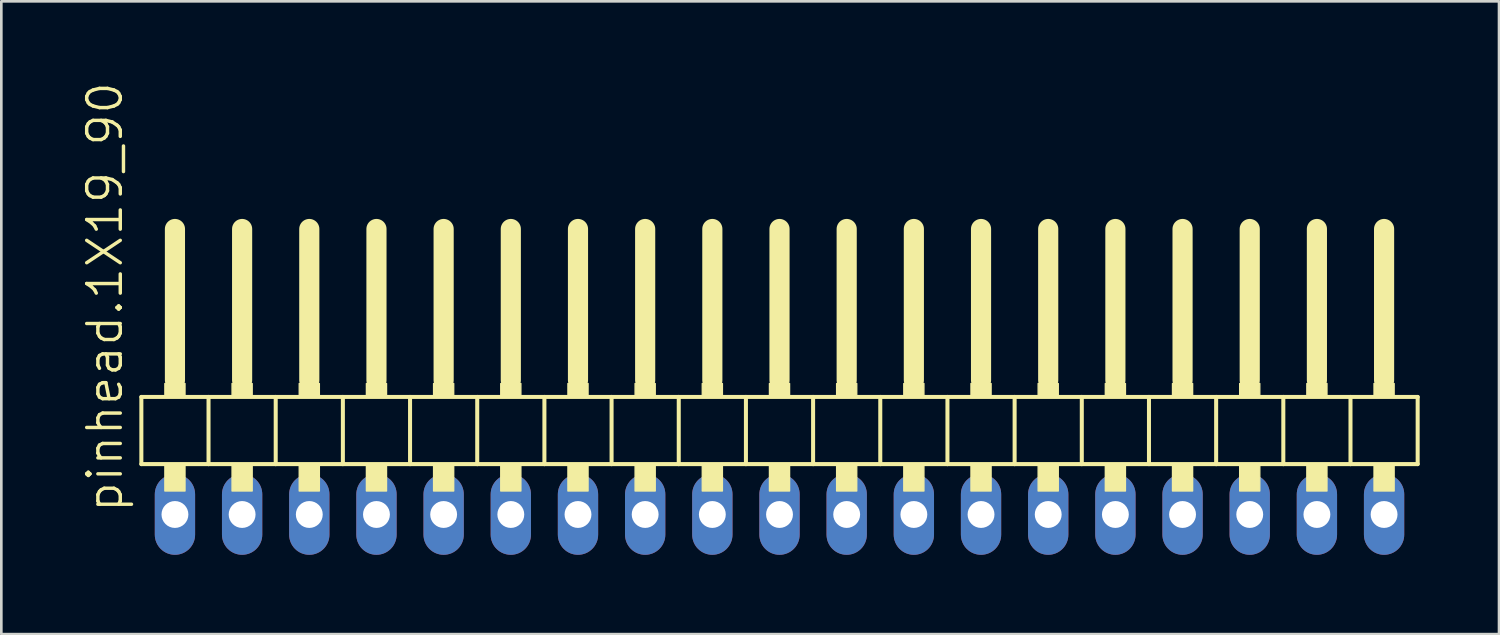
<source format=kicad_pcb>
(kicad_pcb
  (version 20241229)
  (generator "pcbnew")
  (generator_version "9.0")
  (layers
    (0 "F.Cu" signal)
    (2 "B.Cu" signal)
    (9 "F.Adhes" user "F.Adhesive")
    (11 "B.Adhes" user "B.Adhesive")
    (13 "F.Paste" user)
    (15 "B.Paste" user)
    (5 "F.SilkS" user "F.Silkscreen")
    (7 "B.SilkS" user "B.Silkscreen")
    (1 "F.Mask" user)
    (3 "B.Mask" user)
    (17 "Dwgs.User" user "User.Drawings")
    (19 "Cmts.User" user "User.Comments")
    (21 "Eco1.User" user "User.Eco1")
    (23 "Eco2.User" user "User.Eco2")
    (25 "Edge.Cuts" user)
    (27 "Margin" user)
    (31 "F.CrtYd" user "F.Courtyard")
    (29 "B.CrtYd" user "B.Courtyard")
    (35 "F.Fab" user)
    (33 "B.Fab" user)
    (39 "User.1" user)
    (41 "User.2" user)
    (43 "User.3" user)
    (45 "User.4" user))
  (footprint "pinhead.1X19_90"
    (layer "F.Cu")
    (at 26.425 12.594)
    (property "Reference" "pinhead.1X19_90" (at -24.765 3.81 90) (layer "F.SilkS") (effects (font (size 1.27 1.27) (thickness 0.13)) (justify left bottom)))
    (attr through_hole)
    (fp_line (start -24.13 -0.635) (end -24.13 1.905) (stroke (width 0.152) (type default)) (layer "F.SilkS"))
    (fp_line (start -24.13 1.905) (end -21.59 1.905) (stroke (width 0.152) (type default)) (layer "F.SilkS"))
    (fp_line (start -22.86 -6.985) (end -22.86 -1.27) (stroke (width 0.762) (type default)) (layer "F.SilkS"))
    (fp_line (start -21.59 -0.635) (end -24.13 -0.635) (stroke (width 0.152) (type default)) (layer "F.SilkS"))
    (fp_line (start -21.59 1.905) (end -21.59 -0.635) (stroke (width 0.152) (type default)) (layer "F.SilkS"))
    (fp_line (start -21.59 1.905) (end -19.05 1.905) (stroke (width 0.152) (type default)) (layer "F.SilkS"))
    (fp_line (start -20.32 -6.985) (end -20.32 -1.27) (stroke (width 0.762) (type default)) (layer "F.SilkS"))
    (fp_line (start -19.05 -0.635) (end -21.59 -0.635) (stroke (width 0.152) (type default)) (layer "F.SilkS"))
    (fp_line (start -19.05 1.905) (end -19.05 -0.635) (stroke (width 0.152) (type default)) (layer "F.SilkS"))
    (fp_line (start -19.05 1.905) (end -16.51 1.905) (stroke (width 0.152) (type default)) (layer "F.SilkS"))
    (fp_line (start -17.78 -6.985) (end -17.78 -1.27) (stroke (width 0.762) (type default)) (layer "F.SilkS"))
    (fp_line (start -16.51 -0.635) (end -19.05 -0.635) (stroke (width 0.152) (type default)) (layer "F.SilkS"))
    (fp_line (start -16.51 1.905) (end -16.51 -0.635) (stroke (width 0.152) (type default)) (layer "F.SilkS"))
    (fp_line (start -16.51 1.905) (end -13.97 1.905) (stroke (width 0.152) (type default)) (layer "F.SilkS"))
    (fp_line (start -15.24 -6.985) (end -15.24 -1.27) (stroke (width 0.762) (type default)) (layer "F.SilkS"))
    (fp_line (start -13.97 -0.635) (end -16.51 -0.635) (stroke (width 0.152) (type default)) (layer "F.SilkS"))
    (fp_line (start -13.97 1.905) (end -13.97 -0.635) (stroke (width 0.152) (type default)) (layer "F.SilkS"))
    (fp_line (start -13.97 1.905) (end -11.43 1.905) (stroke (width 0.152) (type default)) (layer "F.SilkS"))
    (fp_line (start -12.7 -6.985) (end -12.7 -1.27) (stroke (width 0.762) (type default)) (layer "F.SilkS"))
    (fp_line (start -11.43 -0.635) (end -13.97 -0.635) (stroke (width 0.152) (type default)) (layer "F.SilkS"))
    (fp_line (start -11.43 1.905) (end -11.43 -0.635) (stroke (width 0.152) (type default)) (layer "F.SilkS"))
    (fp_line (start -11.43 1.905) (end -8.89 1.905) (stroke (width 0.152) (type default)) (layer "F.SilkS"))
    (fp_line (start -10.16 -6.985) (end -10.16 -1.27) (stroke (width 0.762) (type default)) (layer "F.SilkS"))
    (fp_line (start -8.89 -0.635) (end -11.43 -0.635) (stroke (width 0.152) (type default)) (layer "F.SilkS"))
    (fp_line (start -8.89 1.905) (end -8.89 -0.635) (stroke (width 0.152) (type default)) (layer "F.SilkS"))
    (fp_line (start -8.89 1.905) (end -6.35 1.905) (stroke (width 0.152) (type default)) (layer "F.SilkS"))
    (fp_line (start -7.62 -6.985) (end -7.62 -1.27) (stroke (width 0.762) (type default)) (layer "F.SilkS"))
    (fp_line (start -6.35 -0.635) (end -8.89 -0.635) (stroke (width 0.152) (type default)) (layer "F.SilkS"))
    (fp_line (start -6.35 1.905) (end -6.35 -0.635) (stroke (width 0.152) (type default)) (layer "F.SilkS"))
    (fp_line (start -6.35 1.905) (end -3.81 1.905) (stroke (width 0.152) (type default)) (layer "F.SilkS"))
    (fp_line (start -5.08 -6.985) (end -5.08 -1.27) (stroke (width 0.762) (type default)) (layer "F.SilkS"))
    (fp_line (start -3.81 -0.635) (end -6.35 -0.635) (stroke (width 0.152) (type default)) (layer "F.SilkS"))
    (fp_line (start -3.81 1.905) (end -3.81 -0.635) (stroke (width 0.152) (type default)) (layer "F.SilkS"))
    (fp_line (start -3.81 1.905) (end -1.27 1.905) (stroke (width 0.152) (type default)) (layer "F.SilkS"))
    (fp_line (start -2.54 -6.985) (end -2.54 -1.27) (stroke (width 0.762) (type default)) (layer "F.SilkS"))
    (fp_line (start -1.27 -0.635) (end -3.81 -0.635) (stroke (width 0.152) (type default)) (layer "F.SilkS"))
    (fp_line (start -1.27 1.905) (end -1.27 -0.635) (stroke (width 0.152) (type default)) (layer "F.SilkS"))
    (fp_line (start -1.27 1.905) (end 1.27 1.905) (stroke (width 0.152) (type default)) (layer "F.SilkS"))
    (fp_line (start 0 -6.985) (end 0 -1.27) (stroke (width 0.762) (type default)) (layer "F.SilkS"))
    (fp_line (start 1.27 -0.635) (end -1.27 -0.635) (stroke (width 0.152) (type default)) (layer "F.SilkS"))
    (fp_line (start 1.27 1.905) (end 1.27 -0.635) (stroke (width 0.152) (type default)) (layer "F.SilkS"))
    (fp_line (start 1.27 1.905) (end 3.81 1.905) (stroke (width 0.152) (type default)) (layer "F.SilkS"))
    (fp_line (start 2.54 -6.985) (end 2.54 -1.27) (stroke (width 0.762) (type default)) (layer "F.SilkS"))
    (fp_line (start 3.81 -0.635) (end 1.27 -0.635) (stroke (width 0.152) (type default)) (layer "F.SilkS"))
    (fp_line (start 3.81 1.905) (end 3.81 -0.635) (stroke (width 0.152) (type default)) (layer "F.SilkS"))
    (fp_line (start 3.81 1.905) (end 6.35 1.905) (stroke (width 0.152) (type default)) (layer "F.SilkS"))
    (fp_line (start 5.08 -6.985) (end 5.08 -1.27) (stroke (width 0.762) (type default)) (layer "F.SilkS"))
    (fp_line (start 6.35 -0.635) (end 3.81 -0.635) (stroke (width 0.152) (type default)) (layer "F.SilkS"))
    (fp_line (start 6.35 1.905) (end 6.35 -0.635) (stroke (width 0.152) (type default)) (layer "F.SilkS"))
    (fp_line (start 6.35 1.905) (end 8.89 1.905) (stroke (width 0.152) (type default)) (layer "F.SilkS"))
    (fp_line (start 7.62 -6.985) (end 7.62 -1.27) (stroke (width 0.762) (type default)) (layer "F.SilkS"))
    (fp_line (start 8.89 -0.635) (end 6.35 -0.635) (stroke (width 0.152) (type default)) (layer "F.SilkS"))
    (fp_line (start 8.89 1.905) (end 8.89 -0.635) (stroke (width 0.152) (type default)) (layer "F.SilkS"))
    (fp_line (start 8.89 1.905) (end 11.43 1.905) (stroke (width 0.152) (type default)) (layer "F.SilkS"))
    (fp_line (start 10.16 -6.985) (end 10.16 -1.27) (stroke (width 0.762) (type default)) (layer "F.SilkS"))
    (fp_line (start 11.43 -0.635) (end 8.89 -0.635) (stroke (width 0.152) (type default)) (layer "F.SilkS"))
    (fp_line (start 11.43 1.905) (end 11.43 -0.635) (stroke (width 0.152) (type default)) (layer "F.SilkS"))
    (fp_line (start 11.43 1.905) (end 13.97 1.905) (stroke (width 0.152) (type default)) (layer "F.SilkS"))
    (fp_line (start 12.7 -6.985) (end 12.7 -1.27) (stroke (width 0.762) (type default)) (layer "F.SilkS"))
    (fp_line (start 13.97 -0.635) (end 11.43 -0.635) (stroke (width 0.152) (type default)) (layer "F.SilkS"))
    (fp_line (start 13.97 1.905) (end 13.97 -0.635) (stroke (width 0.152) (type default)) (layer "F.SilkS"))
    (fp_line (start 13.97 1.905) (end 16.51 1.905) (stroke (width 0.152) (type default)) (layer "F.SilkS"))
    (fp_line (start 15.24 -6.985) (end 15.24 -1.27) (stroke (width 0.762) (type default)) (layer "F.SilkS"))
    (fp_line (start 16.51 -0.635) (end 13.97 -0.635) (stroke (width 0.152) (type default)) (layer "F.SilkS"))
    (fp_line (start 16.51 1.905) (end 16.51 -0.635) (stroke (width 0.152) (type default)) (layer "F.SilkS"))
    (fp_line (start 16.51 1.905) (end 19.05 1.905) (stroke (width 0.152) (type default)) (layer "F.SilkS"))
    (fp_line (start 17.78 -6.985) (end 17.78 -1.27) (stroke (width 0.762) (type default)) (layer "F.SilkS"))
    (fp_line (start 19.05 -0.635) (end 16.51 -0.635) (stroke (width 0.152) (type default)) (layer "F.SilkS"))
    (fp_line (start 19.05 1.905) (end 19.05 -0.635) (stroke (width 0.152) (type default)) (layer "F.SilkS"))
    (fp_line (start 19.05 1.905) (end 21.59 1.905) (stroke (width 0.152) (type default)) (layer "F.SilkS"))
    (fp_line (start 20.32 -6.985) (end 20.32 -1.27) (stroke (width 0.762) (type default)) (layer "F.SilkS"))
    (fp_line (start 21.59 -0.635) (end 19.05 -0.635) (stroke (width 0.152) (type default)) (layer "F.SilkS"))
    (fp_line (start 21.59 1.905) (end 21.59 -0.635) (stroke (width 0.152) (type default)) (layer "F.SilkS"))
    (fp_line (start 21.59 1.905) (end 24.13 1.905) (stroke (width 0.152) (type default)) (layer "F.SilkS"))
    (fp_line (start 22.86 -6.985) (end 22.86 -1.27) (stroke (width 0.762) (type default)) (layer "F.SilkS"))
    (fp_line (start 24.13 -0.635) (end 21.59 -0.635) (stroke (width 0.152) (type default)) (layer "F.SilkS"))
    (fp_line (start 24.13 1.905) (end 24.13 -0.635) (stroke (width 0.152) (type default)) (layer "F.SilkS"))
    (fp_rect (start -23.241 -0.635) (end -22.479 -1.143) (stroke (width 0.05) (type default)) (fill yes) (layer "F.SilkS"))
    (fp_rect (start -23.241 2.921) (end -22.479 1.905) (stroke (width 0.05) (type default)) (fill yes) (layer "F.SilkS"))
    (fp_rect (start -20.701 -0.635) (end -19.939 -1.143) (stroke (width 0.05) (type default)) (fill yes) (layer "F.SilkS"))
    (fp_rect (start -20.701 2.921) (end -19.939 1.905) (stroke (width 0.05) (type default)) (fill yes) (layer "F.SilkS"))
    (fp_rect (start -18.161 -0.635) (end -17.399 -1.143) (stroke (width 0.05) (type default)) (fill yes) (layer "F.SilkS"))
    (fp_rect (start -18.161 2.921) (end -17.399 1.905) (stroke (width 0.05) (type default)) (fill yes) (layer "F.SilkS"))
    (fp_rect (start -15.621 -0.635) (end -14.859 -1.143) (stroke (width 0.05) (type default)) (fill yes) (layer "F.SilkS"))
    (fp_rect (start -15.621 2.921) (end -14.859 1.905) (stroke (width 0.05) (type default)) (fill yes) (layer "F.SilkS"))
    (fp_rect (start -13.081 -0.635) (end -12.319 -1.143) (stroke (width 0.05) (type default)) (fill yes) (layer "F.SilkS"))
    (fp_rect (start -13.081 2.921) (end -12.319 1.905) (stroke (width 0.05) (type default)) (fill yes) (layer "F.SilkS"))
    (fp_rect (start -10.541 -0.635) (end -9.779 -1.143) (stroke (width 0.05) (type default)) (fill yes) (layer "F.SilkS"))
    (fp_rect (start -10.541 2.921) (end -9.779 1.905) (stroke (width 0.05) (type default)) (fill yes) (layer "F.SilkS"))
    (fp_rect (start -8.001 -0.635) (end -7.239 -1.143) (stroke (width 0.05) (type default)) (fill yes) (layer "F.SilkS"))
    (fp_rect (start -8.001 2.921) (end -7.239 1.905) (stroke (width 0.05) (type default)) (fill yes) (layer "F.SilkS"))
    (fp_rect (start -5.461 -0.635) (end -4.699 -1.143) (stroke (width 0.05) (type default)) (fill yes) (layer "F.SilkS"))
    (fp_rect (start -5.461 2.921) (end -4.699 1.905) (stroke (width 0.05) (type default)) (fill yes) (layer "F.SilkS"))
    (fp_rect (start -2.921 -0.635) (end -2.159 -1.143) (stroke (width 0.05) (type default)) (fill yes) (layer "F.SilkS"))
    (fp_rect (start -2.921 2.921) (end -2.159 1.905) (stroke (width 0.05) (type default)) (fill yes) (layer "F.SilkS"))
    (fp_rect (start -0.381 -0.635) (end 0.381 -1.143) (stroke (width 0.05) (type default)) (fill yes) (layer "F.SilkS"))
    (fp_rect (start -0.381 2.921) (end 0.381 1.905) (stroke (width 0.05) (type default)) (fill yes) (layer "F.SilkS"))
    (fp_rect (start 2.159 -0.635) (end 2.921 -1.143) (stroke (width 0.05) (type default)) (fill yes) (layer "F.SilkS"))
    (fp_rect (start 2.159 2.921) (end 2.921 1.905) (stroke (width 0.05) (type default)) (fill yes) (layer "F.SilkS"))
    (fp_rect (start 4.699 -0.635) (end 5.461 -1.143) (stroke (width 0.05) (type default)) (fill yes) (layer "F.SilkS"))
    (fp_rect (start 4.699 2.921) (end 5.461 1.905) (stroke (width 0.05) (type default)) (fill yes) (layer "F.SilkS"))
    (fp_rect (start 7.239 -0.635) (end 8.001 -1.143) (stroke (width 0.05) (type default)) (fill yes) (layer "F.SilkS"))
    (fp_rect (start 7.239 2.921) (end 8.001 1.905) (stroke (width 0.05) (type default)) (fill yes) (layer "F.SilkS"))
    (fp_rect (start 9.779 -0.635) (end 10.541 -1.143) (stroke (width 0.05) (type default)) (fill yes) (layer "F.SilkS"))
    (fp_rect (start 9.779 2.921) (end 10.541 1.905) (stroke (width 0.05) (type default)) (fill yes) (layer "F.SilkS"))
    (fp_rect (start 12.319 -0.635) (end 13.081 -1.143) (stroke (width 0.05) (type default)) (fill yes) (layer "F.SilkS"))
    (fp_rect (start 12.319 2.921) (end 13.081 1.905) (stroke (width 0.05) (type default)) (fill yes) (layer "F.SilkS"))
    (fp_rect (start 14.859 -0.635) (end 15.621 -1.143) (stroke (width 0.05) (type default)) (fill yes) (layer "F.SilkS"))
    (fp_rect (start 14.859 2.921) (end 15.621 1.905) (stroke (width 0.05) (type default)) (fill yes) (layer "F.SilkS"))
    (fp_rect (start 17.399 -0.635) (end 18.161 -1.143) (stroke (width 0.05) (type default)) (fill yes) (layer "F.SilkS"))
    (fp_rect (start 17.399 2.921) (end 18.161 1.905) (stroke (width 0.05) (type default)) (fill yes) (layer "F.SilkS"))
    (fp_rect (start 19.939 -0.635) (end 20.701 -1.143) (stroke (width 0.05) (type default)) (fill yes) (layer "F.SilkS"))
    (fp_rect (start 19.939 2.921) (end 20.701 1.905) (stroke (width 0.05) (type default)) (fill yes) (layer "F.SilkS"))
    (fp_rect (start 22.479 -0.635) (end 23.241 -1.143) (stroke (width 0.05) (type default)) (fill yes) (layer "F.SilkS"))
    (fp_rect (start 22.479 2.921) (end 23.241 1.905) (stroke (width 0.05) (type default)) (fill yes) (layer "F.SilkS"))
    (pad "1" thru_hole oval (at -22.86 3.81 90) (size 3.048 1.524) (drill 1.016) (layers "*.Cu" "*.Mask"))
    (pad "2" thru_hole oval (at -20.32 3.81 90) (size 3.048 1.524) (drill 1.016) (layers "*.Cu" "*.Mask"))
    (pad "3" thru_hole oval (at -17.78 3.81 90) (size 3.048 1.524) (drill 1.016) (layers "*.Cu" "*.Mask"))
    (pad "4" thru_hole oval (at -15.24 3.81 90) (size 3.048 1.524) (drill 1.016) (layers "*.Cu" "*.Mask"))
    (pad "5" thru_hole oval (at -12.7 3.81 90) (size 3.048 1.524) (drill 1.016) (layers "*.Cu" "*.Mask"))
    (pad "6" thru_hole oval (at -10.16 3.81 90) (size 3.048 1.524) (drill 1.016) (layers "*.Cu" "*.Mask"))
    (pad "7" thru_hole oval (at -7.62 3.81 90) (size 3.048 1.524) (drill 1.016) (layers "*.Cu" "*.Mask"))
    (pad "8" thru_hole oval (at -5.08 3.81 90) (size 3.048 1.524) (drill 1.016) (layers "*.Cu" "*.Mask"))
    (pad "9" thru_hole oval (at -2.54 3.81 90) (size 3.048 1.524) (drill 1.016) (layers "*.Cu" "*.Mask"))
    (pad "10" thru_hole oval (at 0 3.81 90) (size 3.048 1.524) (drill 1.016) (layers "*.Cu" "*.Mask"))
    (pad "11" thru_hole oval (at 2.54 3.81 90) (size 3.048 1.524) (drill 1.016) (layers "*.Cu" "*.Mask"))
    (pad "12" thru_hole oval (at 5.08 3.81 90) (size 3.048 1.524) (drill 1.016) (layers "*.Cu" "*.Mask"))
    (pad "13" thru_hole oval (at 7.62 3.81 90) (size 3.048 1.524) (drill 1.016) (layers "*.Cu" "*.Mask"))
    (pad "14" thru_hole oval (at 10.16 3.81 90) (size 3.048 1.524) (drill 1.016) (layers "*.Cu" "*.Mask"))
    (pad "15" thru_hole oval (at 12.7 3.81 90) (size 3.048 1.524) (drill 1.016) (layers "*.Cu" "*.Mask"))
    (pad "16" thru_hole oval (at 15.24 3.81 90) (size 3.048 1.524) (drill 1.016) (layers "*.Cu" "*.Mask"))
    (pad "17" thru_hole oval (at 17.78 3.81 90) (size 3.048 1.524) (drill 1.016) (layers "*.Cu" "*.Mask"))
    (pad "18" thru_hole oval (at 20.32 3.81 90) (size 3.048 1.524) (drill 1.016) (layers "*.Cu" "*.Mask"))
    (pad "19" thru_hole oval (at 22.86 3.81 90) (size 3.048 1.524) (drill 1.016) (layers "*.Cu" "*.Mask")))
  (gr_rect
    (start -3 -3)
    (end 53.631 20.928)
    (stroke (width 0.1) (type default))
    (fill no)
    (layer "Edge.Cuts")))
</source>
